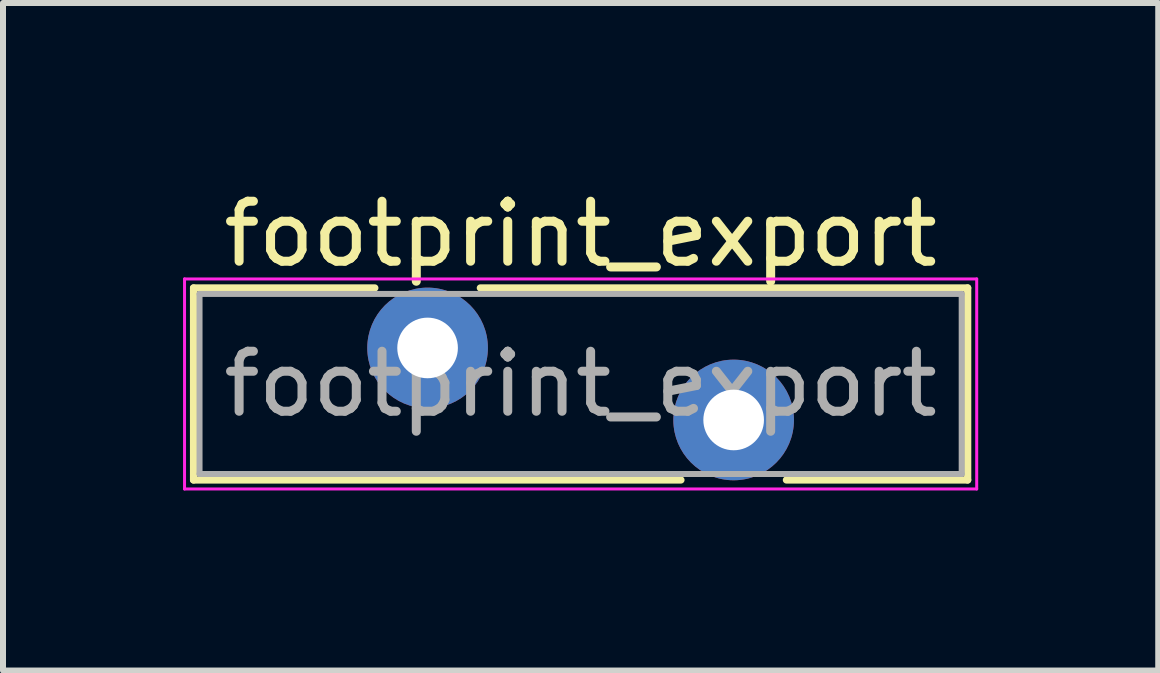
<source format=kicad_pcb>
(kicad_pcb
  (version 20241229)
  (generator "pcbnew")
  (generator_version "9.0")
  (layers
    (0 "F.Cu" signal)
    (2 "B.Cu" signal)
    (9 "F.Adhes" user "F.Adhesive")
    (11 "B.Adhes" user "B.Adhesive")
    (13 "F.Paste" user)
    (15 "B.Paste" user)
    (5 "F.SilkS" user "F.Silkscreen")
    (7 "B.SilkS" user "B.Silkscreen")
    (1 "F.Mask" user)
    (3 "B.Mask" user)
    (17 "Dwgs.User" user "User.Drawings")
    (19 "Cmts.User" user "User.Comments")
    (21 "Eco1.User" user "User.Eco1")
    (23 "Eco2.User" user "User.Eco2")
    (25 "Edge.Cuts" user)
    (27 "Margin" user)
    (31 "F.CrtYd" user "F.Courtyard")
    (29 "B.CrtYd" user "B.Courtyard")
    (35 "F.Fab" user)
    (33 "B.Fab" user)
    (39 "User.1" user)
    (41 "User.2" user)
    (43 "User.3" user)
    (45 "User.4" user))
  (footprint "footprint_export"
    (layer "F.Cu")
    (at 4.075 2.748)
    (property "Reference" "footprint_export" (at 2.55 -1.9 0) (layer "F.SilkS") (effects (font (size 1 1) (thickness 0.15))))
    (attr through_hole)
    (fp_line (start -3.9 -1) (end -3.9 2.2) (stroke (width 0.12) (type solid)) (layer "F.SilkS"))
    (fp_line (start -3.9 -1) (end -0.879 -1) (stroke (width 0.12) (type solid)) (layer "F.SilkS"))
    (fp_line (start -3.9 2.2) (end 4.222 2.2) (stroke (width 0.12) (type solid)) (layer "F.SilkS"))
    (fp_line (start 0.879 -1) (end 9 -1) (stroke (width 0.12) (type solid)) (layer "F.SilkS"))
    (fp_line (start 5.979 2.2) (end 9 2.2) (stroke (width 0.12) (type solid)) (layer "F.SilkS"))
    (fp_line (start 9 -1) (end 9 2.2) (stroke (width 0.12) (type solid)) (layer "F.SilkS"))
    (fp_line (start -4.05 -1.15) (end -4.05 2.35) (stroke (width 0.05) (type solid)) (layer "F.CrtYd"))
    (fp_line (start -4.05 2.35) (end 9.15 2.35) (stroke (width 0.05) (type solid)) (layer "F.CrtYd"))
    (fp_line (start 9.15 -1.15) (end -4.05 -1.15) (stroke (width 0.05) (type solid)) (layer "F.CrtYd"))
    (fp_line (start 9.15 2.35) (end 9.15 -1.15) (stroke (width 0.05) (type solid)) (layer "F.CrtYd"))
    (fp_line (start -3.8 -0.9) (end -3.8 2.1) (stroke (width 0.1) (type solid)) (layer "F.Fab"))
    (fp_line (start -3.8 2.1) (end 8.9 2.1) (stroke (width 0.1) (type solid)) (layer "F.Fab"))
    (fp_line (start 8.9 -0.9) (end -3.8 -0.9) (stroke (width 0.1) (type solid)) (layer "F.Fab"))
    (fp_line (start 8.9 2.1) (end 8.9 -0.9) (stroke (width 0.1) (type solid)) (layer "F.Fab"))
    (fp_text user "${REFERENCE}" (at 2.55 0.6 0) (layer "F.Fab") (effects (font (size 1 1) (thickness 0.15))))
    (pad "1" thru_hole circle (at 0 0) (size 2.01 2.01) (drill 1.01) (layers "*.Cu" "*.Mask"))
    (pad "2" thru_hole circle (at 5.1 1.2) (size 2.01 2.01) (drill 1.01) (layers "*.Cu" "*.Mask")))
  (gr_rect
    (start -3 -3)
    (end 16.25 8.123)
    (stroke (width 0.1) (type default))
    (fill no)
    (layer "Edge.Cuts")))
</source>
